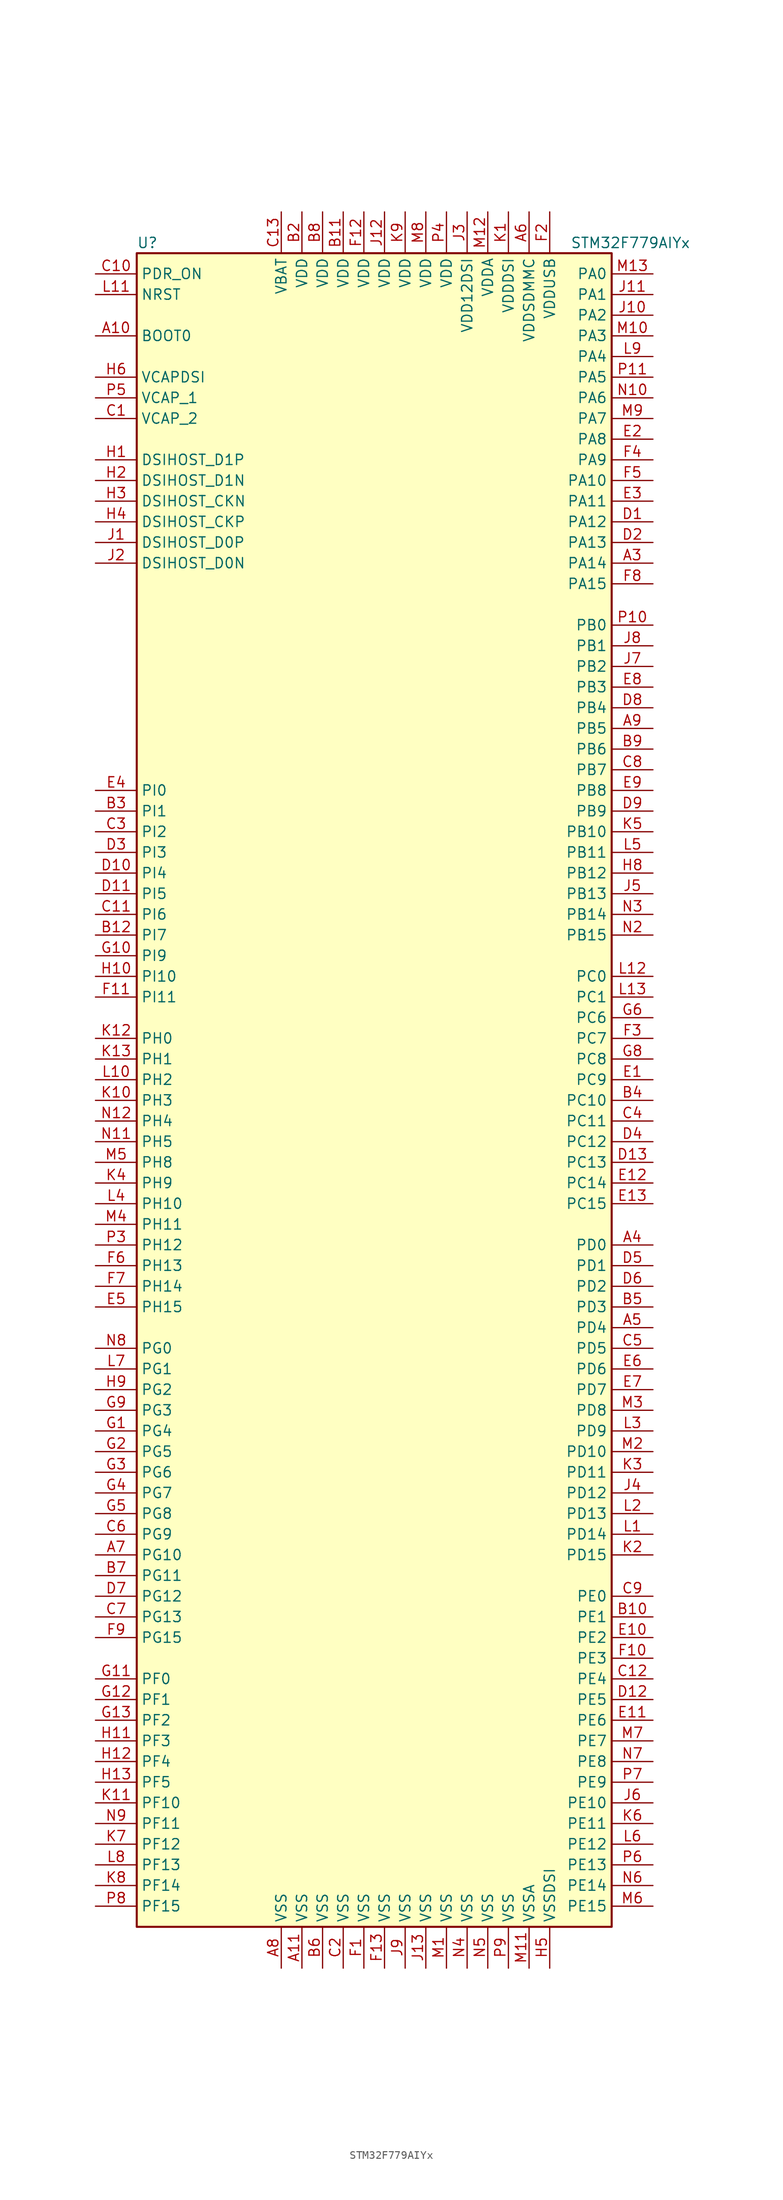
<source format=kicad_sym>
(kicad_symbol_lib
  (version 20200908)
  (generator kicad_symbol_editor)
  (symbol "MCU_ST_STM32F7:STM32F779AIYx"
    (property "Reference" "U"
      (at -30.48 102.87 0)
      (effects (font (size 1.27 1.27)) (justify left)))
    (property "Value" "STM32F779AIYx"
      (at 22.86 102.87 0)
      (effects (font (size 1.27 1.27)) (justify left)))
    (symbol "STM32F779AIYx_0_1"
      (rectangle (start -30.48 -104.14) (end 27.94 101.6) (stroke (width 0.254)) (fill (type background))))
    (symbol "STM32F779AIYx_1_1"
      (pin input line (at -35.56 91.44 0) (length 5.08) (name "BOOT0" (effects (font (size 1.27 1.27)))) (number "A10" (effects (font (size 1.27 1.27)))))
      (pin bidirectional line (at -35.56 71.12 0) (length 5.08) (name "DSIHOST_CKN" (effects (font (size 1.27 1.27)))) (number "H3" (effects (font (size 1.27 1.27)))))
      (pin bidirectional line (at -35.56 68.58 0) (length 5.08) (name "DSIHOST_CKP" (effects (font (size 1.27 1.27)))) (number "H4" (effects (font (size 1.27 1.27)))))
      (pin bidirectional line (at -35.56 63.5 0) (length 5.08) (name "DSIHOST_D0N" (effects (font (size 1.27 1.27)))) (number "J2" (effects (font (size 1.27 1.27)))))
      (pin bidirectional line (at -35.56 66.04 0) (length 5.08) (name "DSIHOST_D0P" (effects (font (size 1.27 1.27)))) (number "J1" (effects (font (size 1.27 1.27)))))
      (pin bidirectional line (at -35.56 73.66 0) (length 5.08) (name "DSIHOST_D1N" (effects (font (size 1.27 1.27)))) (number "H2" (effects (font (size 1.27 1.27)))))
      (pin bidirectional line (at -35.56 76.2 0) (length 5.08) (name "DSIHOST_D1P" (effects (font (size 1.27 1.27)))) (number "H1" (effects (font (size 1.27 1.27)))))
      (pin unconnected line (at -30.48 -101.6 0) (length 5.08) hide (name "NC" (effects (font (size 1.27 1.27)))) (number "A1" (effects (font (size 1.27 1.27)))))
      (pin unconnected line (at -30.48 -96.52 0) (length 5.08) hide (name "NC" (effects (font (size 1.27 1.27)))) (number "A12" (effects (font (size 1.27 1.27)))))
      (pin unconnected line (at -30.48 -93.98 0) (length 5.08) hide (name "NC" (effects (font (size 1.27 1.27)))) (number "A13" (effects (font (size 1.27 1.27)))))
      (pin unconnected line (at -30.48 -99.06 0) (length 5.08) hide (name "NC" (effects (font (size 1.27 1.27)))) (number "A2" (effects (font (size 1.27 1.27)))))
      (pin unconnected line (at -30.48 -91.44 0) (length 5.08) hide (name "NC" (effects (font (size 1.27 1.27)))) (number "B1" (effects (font (size 1.27 1.27)))))
      (pin unconnected line (at -30.48 -88.9 0) (length 5.08) hide (name "NC" (effects (font (size 1.27 1.27)))) (number "B13" (effects (font (size 1.27 1.27)))))
      (pin unconnected line (at -30.48 -86.36 0) (length 5.08) hide (name "NC" (effects (font (size 1.27 1.27)))) (number "N1" (effects (font (size 1.27 1.27)))))
      (pin unconnected line (at -30.48 -83.82 0) (length 5.08) hide (name "NC" (effects (font (size 1.27 1.27)))) (number "N13" (effects (font (size 1.27 1.27)))))
      (pin unconnected line (at -30.48 -81.28 0) (length 5.08) hide (name "NC" (effects (font (size 1.27 1.27)))) (number "P1" (effects (font (size 1.27 1.27)))))
      (pin unconnected line (at -30.48 -76.2 0) (length 5.08) hide (name "NC" (effects (font (size 1.27 1.27)))) (number "P12" (effects (font (size 1.27 1.27)))))
      (pin unconnected line (at -30.48 -73.66 0) (length 5.08) hide (name "NC" (effects (font (size 1.27 1.27)))) (number "P13" (effects (font (size 1.27 1.27)))))
      (pin unconnected line (at -30.48 -78.74 0) (length 5.08) hide (name "NC" (effects (font (size 1.27 1.27)))) (number "P2" (effects (font (size 1.27 1.27)))))
      (pin input line (at -35.56 96.52 0) (length 5.08) (name "NRST" (effects (font (size 1.27 1.27)))) (number "L11" (effects (font (size 1.27 1.27)))))
      (pin bidirectional line (at 33.02 99.06 180) (length 5.08) (name "PA0" (effects (font (size 1.27 1.27)))) (number "M13" (effects (font (size 1.27 1.27)))))
      (pin bidirectional line (at 33.02 96.52 180) (length 5.08) (name "PA1" (effects (font (size 1.27 1.27)))) (number "J11" (effects (font (size 1.27 1.27)))))
      (pin bidirectional line (at 33.02 73.66 180) (length 5.08) (name "PA10" (effects (font (size 1.27 1.27)))) (number "F5" (effects (font (size 1.27 1.27)))))
      (pin bidirectional line (at 33.02 71.12 180) (length 5.08) (name "PA11" (effects (font (size 1.27 1.27)))) (number "E3" (effects (font (size 1.27 1.27)))))
      (pin bidirectional line (at 33.02 68.58 180) (length 5.08) (name "PA12" (effects (font (size 1.27 1.27)))) (number "D1" (effects (font (size 1.27 1.27)))))
      (pin bidirectional line (at 33.02 66.04 180) (length 5.08) (name "PA13" (effects (font (size 1.27 1.27)))) (number "D2" (effects (font (size 1.27 1.27)))))
      (pin bidirectional line (at 33.02 63.5 180) (length 5.08) (name "PA14" (effects (font (size 1.27 1.27)))) (number "A3" (effects (font (size 1.27 1.27)))))
      (pin bidirectional line (at 33.02 60.96 180) (length 5.08) (name "PA15" (effects (font (size 1.27 1.27)))) (number "F8" (effects (font (size 1.27 1.27)))))
      (pin bidirectional line (at 33.02 93.98 180) (length 5.08) (name "PA2" (effects (font (size 1.27 1.27)))) (number "J10" (effects (font (size 1.27 1.27)))))
      (pin bidirectional line (at 33.02 91.44 180) (length 5.08) (name "PA3" (effects (font (size 1.27 1.27)))) (number "M10" (effects (font (size 1.27 1.27)))))
      (pin bidirectional line (at 33.02 88.9 180) (length 5.08) (name "PA4" (effects (font (size 1.27 1.27)))) (number "L9" (effects (font (size 1.27 1.27)))))
      (pin bidirectional line (at 33.02 86.36 180) (length 5.08) (name "PA5" (effects (font (size 1.27 1.27)))) (number "P11" (effects (font (size 1.27 1.27)))))
      (pin bidirectional line (at 33.02 83.82 180) (length 5.08) (name "PA6" (effects (font (size 1.27 1.27)))) (number "N10" (effects (font (size 1.27 1.27)))))
      (pin bidirectional line (at 33.02 81.28 180) (length 5.08) (name "PA7" (effects (font (size 1.27 1.27)))) (number "M9" (effects (font (size 1.27 1.27)))))
      (pin bidirectional line (at 33.02 78.74 180) (length 5.08) (name "PA8" (effects (font (size 1.27 1.27)))) (number "E2" (effects (font (size 1.27 1.27)))))
      (pin bidirectional line (at 33.02 76.2 180) (length 5.08) (name "PA9" (effects (font (size 1.27 1.27)))) (number "F4" (effects (font (size 1.27 1.27)))))
      (pin bidirectional line (at 33.02 55.88 180) (length 5.08) (name "PB0" (effects (font (size 1.27 1.27)))) (number "P10" (effects (font (size 1.27 1.27)))))
      (pin bidirectional line (at 33.02 53.34 180) (length 5.08) (name "PB1" (effects (font (size 1.27 1.27)))) (number "J8" (effects (font (size 1.27 1.27)))))
      (pin bidirectional line (at 33.02 30.48 180) (length 5.08) (name "PB10" (effects (font (size 1.27 1.27)))) (number "K5" (effects (font (size 1.27 1.27)))))
      (pin bidirectional line (at 33.02 27.94 180) (length 5.08) (name "PB11" (effects (font (size 1.27 1.27)))) (number "L5" (effects (font (size 1.27 1.27)))))
      (pin bidirectional line (at 33.02 25.4 180) (length 5.08) (name "PB12" (effects (font (size 1.27 1.27)))) (number "H8" (effects (font (size 1.27 1.27)))))
      (pin bidirectional line (at 33.02 22.86 180) (length 5.08) (name "PB13" (effects (font (size 1.27 1.27)))) (number "J5" (effects (font (size 1.27 1.27)))))
      (pin bidirectional line (at 33.02 20.32 180) (length 5.08) (name "PB14" (effects (font (size 1.27 1.27)))) (number "N3" (effects (font (size 1.27 1.27)))))
      (pin bidirectional line (at 33.02 17.78 180) (length 5.08) (name "PB15" (effects (font (size 1.27 1.27)))) (number "N2" (effects (font (size 1.27 1.27)))))
      (pin bidirectional line (at 33.02 50.8 180) (length 5.08) (name "PB2" (effects (font (size 1.27 1.27)))) (number "J7" (effects (font (size 1.27 1.27)))))
      (pin bidirectional line (at 33.02 48.26 180) (length 5.08) (name "PB3" (effects (font (size 1.27 1.27)))) (number "E8" (effects (font (size 1.27 1.27)))))
      (pin bidirectional line (at 33.02 45.72 180) (length 5.08) (name "PB4" (effects (font (size 1.27 1.27)))) (number "D8" (effects (font (size 1.27 1.27)))))
      (pin bidirectional line (at 33.02 43.18 180) (length 5.08) (name "PB5" (effects (font (size 1.27 1.27)))) (number "A9" (effects (font (size 1.27 1.27)))))
      (pin bidirectional line (at 33.02 40.64 180) (length 5.08) (name "PB6" (effects (font (size 1.27 1.27)))) (number "B9" (effects (font (size 1.27 1.27)))))
      (pin bidirectional line (at 33.02 38.1 180) (length 5.08) (name "PB7" (effects (font (size 1.27 1.27)))) (number "C8" (effects (font (size 1.27 1.27)))))
      (pin bidirectional line (at 33.02 35.56 180) (length 5.08) (name "PB8" (effects (font (size 1.27 1.27)))) (number "E9" (effects (font (size 1.27 1.27)))))
      (pin bidirectional line (at 33.02 33.02 180) (length 5.08) (name "PB9" (effects (font (size 1.27 1.27)))) (number "D9" (effects (font (size 1.27 1.27)))))
      (pin bidirectional line (at 33.02 12.7 180) (length 5.08) (name "PC0" (effects (font (size 1.27 1.27)))) (number "L12" (effects (font (size 1.27 1.27)))))
      (pin bidirectional line (at 33.02 10.16 180) (length 5.08) (name "PC1" (effects (font (size 1.27 1.27)))) (number "L13" (effects (font (size 1.27 1.27)))))
      (pin bidirectional line (at 33.02 -2.54 180) (length 5.08) (name "PC10" (effects (font (size 1.27 1.27)))) (number "B4" (effects (font (size 1.27 1.27)))))
      (pin bidirectional line (at 33.02 -5.08 180) (length 5.08) (name "PC11" (effects (font (size 1.27 1.27)))) (number "C4" (effects (font (size 1.27 1.27)))))
      (pin bidirectional line (at 33.02 -7.62 180) (length 5.08) (name "PC12" (effects (font (size 1.27 1.27)))) (number "D4" (effects (font (size 1.27 1.27)))))
      (pin bidirectional line (at 33.02 -10.16 180) (length 5.08) (name "PC13" (effects (font (size 1.27 1.27)))) (number "D13" (effects (font (size 1.27 1.27)))))
      (pin bidirectional line (at 33.02 -12.7 180) (length 5.08) (name "PC14" (effects (font (size 1.27 1.27)))) (number "E12" (effects (font (size 1.27 1.27)))))
      (pin bidirectional line (at 33.02 -15.24 180) (length 5.08) (name "PC15" (effects (font (size 1.27 1.27)))) (number "E13" (effects (font (size 1.27 1.27)))))
      (pin bidirectional line (at 33.02 7.62 180) (length 5.08) (name "PC6" (effects (font (size 1.27 1.27)))) (number "G6" (effects (font (size 1.27 1.27)))))
      (pin bidirectional line (at 33.02 5.08 180) (length 5.08) (name "PC7" (effects (font (size 1.27 1.27)))) (number "F3" (effects (font (size 1.27 1.27)))))
      (pin bidirectional line (at 33.02 2.54 180) (length 5.08) (name "PC8" (effects (font (size 1.27 1.27)))) (number "G8" (effects (font (size 1.27 1.27)))))
      (pin bidirectional line (at 33.02 0 180) (length 5.08) (name "PC9" (effects (font (size 1.27 1.27)))) (number "E1" (effects (font (size 1.27 1.27)))))
      (pin bidirectional line (at 33.02 -20.32 180) (length 5.08) (name "PD0" (effects (font (size 1.27 1.27)))) (number "A4" (effects (font (size 1.27 1.27)))))
      (pin bidirectional line (at 33.02 -22.86 180) (length 5.08) (name "PD1" (effects (font (size 1.27 1.27)))) (number "D5" (effects (font (size 1.27 1.27)))))
      (pin bidirectional line (at 33.02 -45.72 180) (length 5.08) (name "PD10" (effects (font (size 1.27 1.27)))) (number "M2" (effects (font (size 1.27 1.27)))))
      (pin bidirectional line (at 33.02 -48.26 180) (length 5.08) (name "PD11" (effects (font (size 1.27 1.27)))) (number "K3" (effects (font (size 1.27 1.27)))))
      (pin bidirectional line (at 33.02 -50.8 180) (length 5.08) (name "PD12" (effects (font (size 1.27 1.27)))) (number "J4" (effects (font (size 1.27 1.27)))))
      (pin bidirectional line (at 33.02 -53.34 180) (length 5.08) (name "PD13" (effects (font (size 1.27 1.27)))) (number "L2" (effects (font (size 1.27 1.27)))))
      (pin bidirectional line (at 33.02 -55.88 180) (length 5.08) (name "PD14" (effects (font (size 1.27 1.27)))) (number "L1" (effects (font (size 1.27 1.27)))))
      (pin bidirectional line (at 33.02 -58.42 180) (length 5.08) (name "PD15" (effects (font (size 1.27 1.27)))) (number "K2" (effects (font (size 1.27 1.27)))))
      (pin bidirectional line (at 33.02 -25.4 180) (length 5.08) (name "PD2" (effects (font (size 1.27 1.27)))) (number "D6" (effects (font (size 1.27 1.27)))))
      (pin bidirectional line (at 33.02 -27.94 180) (length 5.08) (name "PD3" (effects (font (size 1.27 1.27)))) (number "B5" (effects (font (size 1.27 1.27)))))
      (pin bidirectional line (at 33.02 -30.48 180) (length 5.08) (name "PD4" (effects (font (size 1.27 1.27)))) (number "A5" (effects (font (size 1.27 1.27)))))
      (pin bidirectional line (at 33.02 -33.02 180) (length 5.08) (name "PD5" (effects (font (size 1.27 1.27)))) (number "C5" (effects (font (size 1.27 1.27)))))
      (pin bidirectional line (at 33.02 -35.56 180) (length 5.08) (name "PD6" (effects (font (size 1.27 1.27)))) (number "E6" (effects (font (size 1.27 1.27)))))
      (pin bidirectional line (at 33.02 -38.1 180) (length 5.08) (name "PD7" (effects (font (size 1.27 1.27)))) (number "E7" (effects (font (size 1.27 1.27)))))
      (pin bidirectional line (at 33.02 -40.64 180) (length 5.08) (name "PD8" (effects (font (size 1.27 1.27)))) (number "M3" (effects (font (size 1.27 1.27)))))
      (pin bidirectional line (at 33.02 -43.18 180) (length 5.08) (name "PD9" (effects (font (size 1.27 1.27)))) (number "L3" (effects (font (size 1.27 1.27)))))
      (pin input line (at -35.56 99.06 0) (length 5.08) (name "PDR_ON" (effects (font (size 1.27 1.27)))) (number "C10" (effects (font (size 1.27 1.27)))))
      (pin bidirectional line (at 33.02 -63.5 180) (length 5.08) (name "PE0" (effects (font (size 1.27 1.27)))) (number "C9" (effects (font (size 1.27 1.27)))))
      (pin bidirectional line (at 33.02 -66.04 180) (length 5.08) (name "PE1" (effects (font (size 1.27 1.27)))) (number "B10" (effects (font (size 1.27 1.27)))))
      (pin bidirectional line (at 33.02 -88.9 180) (length 5.08) (name "PE10" (effects (font (size 1.27 1.27)))) (number "J6" (effects (font (size 1.27 1.27)))))
      (pin bidirectional line (at 33.02 -91.44 180) (length 5.08) (name "PE11" (effects (font (size 1.27 1.27)))) (number "K6" (effects (font (size 1.27 1.27)))))
      (pin bidirectional line (at 33.02 -93.98 180) (length 5.08) (name "PE12" (effects (font (size 1.27 1.27)))) (number "L6" (effects (font (size 1.27 1.27)))))
      (pin bidirectional line (at 33.02 -96.52 180) (length 5.08) (name "PE13" (effects (font (size 1.27 1.27)))) (number "P6" (effects (font (size 1.27 1.27)))))
      (pin bidirectional line (at 33.02 -99.06 180) (length 5.08) (name "PE14" (effects (font (size 1.27 1.27)))) (number "N6" (effects (font (size 1.27 1.27)))))
      (pin bidirectional line (at 33.02 -101.6 180) (length 5.08) (name "PE15" (effects (font (size 1.27 1.27)))) (number "M6" (effects (font (size 1.27 1.27)))))
      (pin bidirectional line (at 33.02 -68.58 180) (length 5.08) (name "PE2" (effects (font (size 1.27 1.27)))) (number "E10" (effects (font (size 1.27 1.27)))))
      (pin bidirectional line (at 33.02 -71.12 180) (length 5.08) (name "PE3" (effects (font (size 1.27 1.27)))) (number "F10" (effects (font (size 1.27 1.27)))))
      (pin bidirectional line (at 33.02 -73.66 180) (length 5.08) (name "PE4" (effects (font (size 1.27 1.27)))) (number "C12" (effects (font (size 1.27 1.27)))))
      (pin bidirectional line (at 33.02 -76.2 180) (length 5.08) (name "PE5" (effects (font (size 1.27 1.27)))) (number "D12" (effects (font (size 1.27 1.27)))))
      (pin bidirectional line (at 33.02 -78.74 180) (length 5.08) (name "PE6" (effects (font (size 1.27 1.27)))) (number "E11" (effects (font (size 1.27 1.27)))))
      (pin bidirectional line (at 33.02 -81.28 180) (length 5.08) (name "PE7" (effects (font (size 1.27 1.27)))) (number "M7" (effects (font (size 1.27 1.27)))))
      (pin bidirectional line (at 33.02 -83.82 180) (length 5.08) (name "PE8" (effects (font (size 1.27 1.27)))) (number "N7" (effects (font (size 1.27 1.27)))))
      (pin bidirectional line (at 33.02 -86.36 180) (length 5.08) (name "PE9" (effects (font (size 1.27 1.27)))) (number "P7" (effects (font (size 1.27 1.27)))))
      (pin bidirectional line (at -35.56 -73.66 0) (length 5.08) (name "PF0" (effects (font (size 1.27 1.27)))) (number "G11" (effects (font (size 1.27 1.27)))))
      (pin bidirectional line (at -35.56 -76.2 0) (length 5.08) (name "PF1" (effects (font (size 1.27 1.27)))) (number "G12" (effects (font (size 1.27 1.27)))))
      (pin bidirectional line (at -35.56 -88.9 0) (length 5.08) (name "PF10" (effects (font (size 1.27 1.27)))) (number "K11" (effects (font (size 1.27 1.27)))))
      (pin bidirectional line (at -35.56 -91.44 0) (length 5.08) (name "PF11" (effects (font (size 1.27 1.27)))) (number "N9" (effects (font (size 1.27 1.27)))))
      (pin bidirectional line (at -35.56 -93.98 0) (length 5.08) (name "PF12" (effects (font (size 1.27 1.27)))) (number "K7" (effects (font (size 1.27 1.27)))))
      (pin bidirectional line (at -35.56 -96.52 0) (length 5.08) (name "PF13" (effects (font (size 1.27 1.27)))) (number "L8" (effects (font (size 1.27 1.27)))))
      (pin bidirectional line (at -35.56 -99.06 0) (length 5.08) (name "PF14" (effects (font (size 1.27 1.27)))) (number "K8" (effects (font (size 1.27 1.27)))))
      (pin bidirectional line (at -35.56 -101.6 0) (length 5.08) (name "PF15" (effects (font (size 1.27 1.27)))) (number "P8" (effects (font (size 1.27 1.27)))))
      (pin bidirectional line (at -35.56 -78.74 0) (length 5.08) (name "PF2" (effects (font (size 1.27 1.27)))) (number "G13" (effects (font (size 1.27 1.27)))))
      (pin bidirectional line (at -35.56 -81.28 0) (length 5.08) (name "PF3" (effects (font (size 1.27 1.27)))) (number "H11" (effects (font (size 1.27 1.27)))))
      (pin bidirectional line (at -35.56 -83.82 0) (length 5.08) (name "PF4" (effects (font (size 1.27 1.27)))) (number "H12" (effects (font (size 1.27 1.27)))))
      (pin bidirectional line (at -35.56 -86.36 0) (length 5.08) (name "PF5" (effects (font (size 1.27 1.27)))) (number "H13" (effects (font (size 1.27 1.27)))))
      (pin bidirectional line (at -35.56 -33.02 0) (length 5.08) (name "PG0" (effects (font (size 1.27 1.27)))) (number "N8" (effects (font (size 1.27 1.27)))))
      (pin bidirectional line (at -35.56 -35.56 0) (length 5.08) (name "PG1" (effects (font (size 1.27 1.27)))) (number "L7" (effects (font (size 1.27 1.27)))))
      (pin bidirectional line (at -35.56 -58.42 0) (length 5.08) (name "PG10" (effects (font (size 1.27 1.27)))) (number "A7" (effects (font (size 1.27 1.27)))))
      (pin bidirectional line (at -35.56 -60.96 0) (length 5.08) (name "PG11" (effects (font (size 1.27 1.27)))) (number "B7" (effects (font (size 1.27 1.27)))))
      (pin bidirectional line (at -35.56 -63.5 0) (length 5.08) (name "PG12" (effects (font (size 1.27 1.27)))) (number "D7" (effects (font (size 1.27 1.27)))))
      (pin bidirectional line (at -35.56 -66.04 0) (length 5.08) (name "PG13" (effects (font (size 1.27 1.27)))) (number "C7" (effects (font (size 1.27 1.27)))))
      (pin bidirectional line (at -35.56 -68.58 0) (length 5.08) (name "PG15" (effects (font (size 1.27 1.27)))) (number "F9" (effects (font (size 1.27 1.27)))))
      (pin bidirectional line (at -35.56 -38.1 0) (length 5.08) (name "PG2" (effects (font (size 1.27 1.27)))) (number "H9" (effects (font (size 1.27 1.27)))))
      (pin bidirectional line (at -35.56 -40.64 0) (length 5.08) (name "PG3" (effects (font (size 1.27 1.27)))) (number "G9" (effects (font (size 1.27 1.27)))))
      (pin bidirectional line (at -35.56 -43.18 0) (length 5.08) (name "PG4" (effects (font (size 1.27 1.27)))) (number "G1" (effects (font (size 1.27 1.27)))))
      (pin bidirectional line (at -35.56 -45.72 0) (length 5.08) (name "PG5" (effects (font (size 1.27 1.27)))) (number "G2" (effects (font (size 1.27 1.27)))))
      (pin bidirectional line (at -35.56 -48.26 0) (length 5.08) (name "PG6" (effects (font (size 1.27 1.27)))) (number "G3" (effects (font (size 1.27 1.27)))))
      (pin bidirectional line (at -35.56 -50.8 0) (length 5.08) (name "PG7" (effects (font (size 1.27 1.27)))) (number "G4" (effects (font (size 1.27 1.27)))))
      (pin bidirectional line (at -35.56 -53.34 0) (length 5.08) (name "PG8" (effects (font (size 1.27 1.27)))) (number "G5" (effects (font (size 1.27 1.27)))))
      (pin bidirectional line (at -35.56 -55.88 0) (length 5.08) (name "PG9" (effects (font (size 1.27 1.27)))) (number "C6" (effects (font (size 1.27 1.27)))))
      (pin input line (at -35.56 5.08 0) (length 5.08) (name "PH0" (effects (font (size 1.27 1.27)))) (number "K12" (effects (font (size 1.27 1.27)))))
      (pin input line (at -35.56 2.54 0) (length 5.08) (name "PH1" (effects (font (size 1.27 1.27)))) (number "K13" (effects (font (size 1.27 1.27)))))
      (pin bidirectional line (at -35.56 -15.24 0) (length 5.08) (name "PH10" (effects (font (size 1.27 1.27)))) (number "L4" (effects (font (size 1.27 1.27)))))
      (pin bidirectional line (at -35.56 -17.78 0) (length 5.08) (name "PH11" (effects (font (size 1.27 1.27)))) (number "M4" (effects (font (size 1.27 1.27)))))
      (pin bidirectional line (at -35.56 -20.32 0) (length 5.08) (name "PH12" (effects (font (size 1.27 1.27)))) (number "P3" (effects (font (size 1.27 1.27)))))
      (pin bidirectional line (at -35.56 -22.86 0) (length 5.08) (name "PH13" (effects (font (size 1.27 1.27)))) (number "F6" (effects (font (size 1.27 1.27)))))
      (pin bidirectional line (at -35.56 -25.4 0) (length 5.08) (name "PH14" (effects (font (size 1.27 1.27)))) (number "F7" (effects (font (size 1.27 1.27)))))
      (pin bidirectional line (at -35.56 -27.94 0) (length 5.08) (name "PH15" (effects (font (size 1.27 1.27)))) (number "E5" (effects (font (size 1.27 1.27)))))
      (pin bidirectional line (at -35.56 0 0) (length 5.08) (name "PH2" (effects (font (size 1.27 1.27)))) (number "L10" (effects (font (size 1.27 1.27)))))
      (pin bidirectional line (at -35.56 -2.54 0) (length 5.08) (name "PH3" (effects (font (size 1.27 1.27)))) (number "K10" (effects (font (size 1.27 1.27)))))
      (pin bidirectional line (at -35.56 -5.08 0) (length 5.08) (name "PH4" (effects (font (size 1.27 1.27)))) (number "N12" (effects (font (size 1.27 1.27)))))
      (pin bidirectional line (at -35.56 -7.62 0) (length 5.08) (name "PH5" (effects (font (size 1.27 1.27)))) (number "N11" (effects (font (size 1.27 1.27)))))
      (pin bidirectional line (at -35.56 -10.16 0) (length 5.08) (name "PH8" (effects (font (size 1.27 1.27)))) (number "M5" (effects (font (size 1.27 1.27)))))
      (pin bidirectional line (at -35.56 -12.7 0) (length 5.08) (name "PH9" (effects (font (size 1.27 1.27)))) (number "K4" (effects (font (size 1.27 1.27)))))
      (pin bidirectional line (at -35.56 35.56 0) (length 5.08) (name "PI0" (effects (font (size 1.27 1.27)))) (number "E4" (effects (font (size 1.27 1.27)))))
      (pin bidirectional line (at -35.56 33.02 0) (length 5.08) (name "PI1" (effects (font (size 1.27 1.27)))) (number "B3" (effects (font (size 1.27 1.27)))))
      (pin bidirectional line (at -35.56 12.7 0) (length 5.08) (name "PI10" (effects (font (size 1.27 1.27)))) (number "H10" (effects (font (size 1.27 1.27)))))
      (pin bidirectional line (at -35.56 10.16 0) (length 5.08) (name "PI11" (effects (font (size 1.27 1.27)))) (number "F11" (effects (font (size 1.27 1.27)))))
      (pin bidirectional line (at -35.56 30.48 0) (length 5.08) (name "PI2" (effects (font (size 1.27 1.27)))) (number "C3" (effects (font (size 1.27 1.27)))))
      (pin bidirectional line (at -35.56 27.94 0) (length 5.08) (name "PI3" (effects (font (size 1.27 1.27)))) (number "D3" (effects (font (size 1.27 1.27)))))
      (pin bidirectional line (at -35.56 25.4 0) (length 5.08) (name "PI4" (effects (font (size 1.27 1.27)))) (number "D10" (effects (font (size 1.27 1.27)))))
      (pin bidirectional line (at -35.56 22.86 0) (length 5.08) (name "PI5" (effects (font (size 1.27 1.27)))) (number "D11" (effects (font (size 1.27 1.27)))))
      (pin bidirectional line (at -35.56 20.32 0) (length 5.08) (name "PI6" (effects (font (size 1.27 1.27)))) (number "C11" (effects (font (size 1.27 1.27)))))
      (pin bidirectional line (at -35.56 17.78 0) (length 5.08) (name "PI7" (effects (font (size 1.27 1.27)))) (number "B12" (effects (font (size 1.27 1.27)))))
      (pin bidirectional line (at -35.56 15.24 0) (length 5.08) (name "PI9" (effects (font (size 1.27 1.27)))) (number "G10" (effects (font (size 1.27 1.27)))))
      (pin power_in line (at -12.7 106.68 270) (length 5.08) (name "VBAT" (effects (font (size 1.27 1.27)))) (number "C13" (effects (font (size 1.27 1.27)))))
      (pin power_in line (at -35.56 86.36 0) (length 5.08) (name "VCAPDSI" (effects (font (size 1.27 1.27)))) (number "H6" (effects (font (size 1.27 1.27)))))
      (pin power_in line (at -35.56 83.82 0) (length 5.08) (name "VCAP_1" (effects (font (size 1.27 1.27)))) (number "P5" (effects (font (size 1.27 1.27)))))
      (pin power_in line (at -35.56 81.28 0) (length 5.08) (name "VCAP_2" (effects (font (size 1.27 1.27)))) (number "C1" (effects (font (size 1.27 1.27)))))
      (pin power_in line (at -5.08 106.68 270) (length 5.08) (name "VDD" (effects (font (size 1.27 1.27)))) (number "B11" (effects (font (size 1.27 1.27)))))
      (pin power_in line (at -10.16 106.68 270) (length 5.08) (name "VDD" (effects (font (size 1.27 1.27)))) (number "B2" (effects (font (size 1.27 1.27)))))
      (pin power_in line (at -7.62 106.68 270) (length 5.08) (name "VDD" (effects (font (size 1.27 1.27)))) (number "B8" (effects (font (size 1.27 1.27)))))
      (pin power_in line (at -2.54 106.68 270) (length 5.08) (name "VDD" (effects (font (size 1.27 1.27)))) (number "F12" (effects (font (size 1.27 1.27)))))
      (pin power_in line (at 0 106.68 270) (length 5.08) (name "VDD" (effects (font (size 1.27 1.27)))) (number "J12" (effects (font (size 1.27 1.27)))))
      (pin power_in line (at 2.54 106.68 270) (length 5.08) (name "VDD" (effects (font (size 1.27 1.27)))) (number "K9" (effects (font (size 1.27 1.27)))))
      (pin power_in line (at 5.08 106.68 270) (length 5.08) (name "VDD" (effects (font (size 1.27 1.27)))) (number "M8" (effects (font (size 1.27 1.27)))))
      (pin power_in line (at 7.62 106.68 270) (length 5.08) (name "VDD" (effects (font (size 1.27 1.27)))) (number "P4" (effects (font (size 1.27 1.27)))))
      (pin power_in line (at 10.16 106.68 270) (length 5.08) (name "VDD12DSI" (effects (font (size 1.27 1.27)))) (number "J3" (effects (font (size 1.27 1.27)))))
      (pin power_in line (at 12.7 106.68 270) (length 5.08) (name "VDDA" (effects (font (size 1.27 1.27)))) (number "M12" (effects (font (size 1.27 1.27)))))
      (pin power_in line (at 15.24 106.68 270) (length 5.08) (name "VDDDSI" (effects (font (size 1.27 1.27)))) (number "K1" (effects (font (size 1.27 1.27)))))
      (pin power_in line (at 17.78 106.68 270) (length 5.08) (name "VDDSDMMC" (effects (font (size 1.27 1.27)))) (number "A6" (effects (font (size 1.27 1.27)))))
      (pin power_in line (at 20.32 106.68 270) (length 5.08) (name "VDDUSB" (effects (font (size 1.27 1.27)))) (number "F2" (effects (font (size 1.27 1.27)))))
      (pin power_in line (at -10.16 -109.22 90) (length 5.08) (name "VSS" (effects (font (size 1.27 1.27)))) (number "A11" (effects (font (size 1.27 1.27)))))
      (pin power_in line (at -12.7 -109.22 90) (length 5.08) (name "VSS" (effects (font (size 1.27 1.27)))) (number "A8" (effects (font (size 1.27 1.27)))))
      (pin power_in line (at -7.62 -109.22 90) (length 5.08) (name "VSS" (effects (font (size 1.27 1.27)))) (number "B6" (effects (font (size 1.27 1.27)))))
      (pin power_in line (at -5.08 -109.22 90) (length 5.08) (name "VSS" (effects (font (size 1.27 1.27)))) (number "C2" (effects (font (size 1.27 1.27)))))
      (pin power_in line (at -2.54 -109.22 90) (length 5.08) (name "VSS" (effects (font (size 1.27 1.27)))) (number "F1" (effects (font (size 1.27 1.27)))))
      (pin power_in line (at 0 -109.22 90) (length 5.08) (name "VSS" (effects (font (size 1.27 1.27)))) (number "F13" (effects (font (size 1.27 1.27)))))
      (pin power_in line (at 5.08 -109.22 90) (length 5.08) (name "VSS" (effects (font (size 1.27 1.27)))) (number "J13" (effects (font (size 1.27 1.27)))))
      (pin power_in line (at 2.54 -109.22 90) (length 5.08) (name "VSS" (effects (font (size 1.27 1.27)))) (number "J9" (effects (font (size 1.27 1.27)))))
      (pin power_in line (at 7.62 -109.22 90) (length 5.08) (name "VSS" (effects (font (size 1.27 1.27)))) (number "M1" (effects (font (size 1.27 1.27)))))
      (pin power_in line (at 10.16 -109.22 90) (length 5.08) (name "VSS" (effects (font (size 1.27 1.27)))) (number "N4" (effects (font (size 1.27 1.27)))))
      (pin power_in line (at 12.7 -109.22 90) (length 5.08) (name "VSS" (effects (font (size 1.27 1.27)))) (number "N5" (effects (font (size 1.27 1.27)))))
      (pin power_in line (at 15.24 -109.22 90) (length 5.08) (name "VSS" (effects (font (size 1.27 1.27)))) (number "P9" (effects (font (size 1.27 1.27)))))
      (pin power_in line (at 17.78 -109.22 90) (length 5.08) (name "VSSA" (effects (font (size 1.27 1.27)))) (number "M11" (effects (font (size 1.27 1.27)))))
      (pin power_in line (at 20.32 -109.22 90) (length 5.08) (name "VSSDSI" (effects (font (size 1.27 1.27)))) (number "H5" (effects (font (size 1.27 1.27))))))))
</source>
